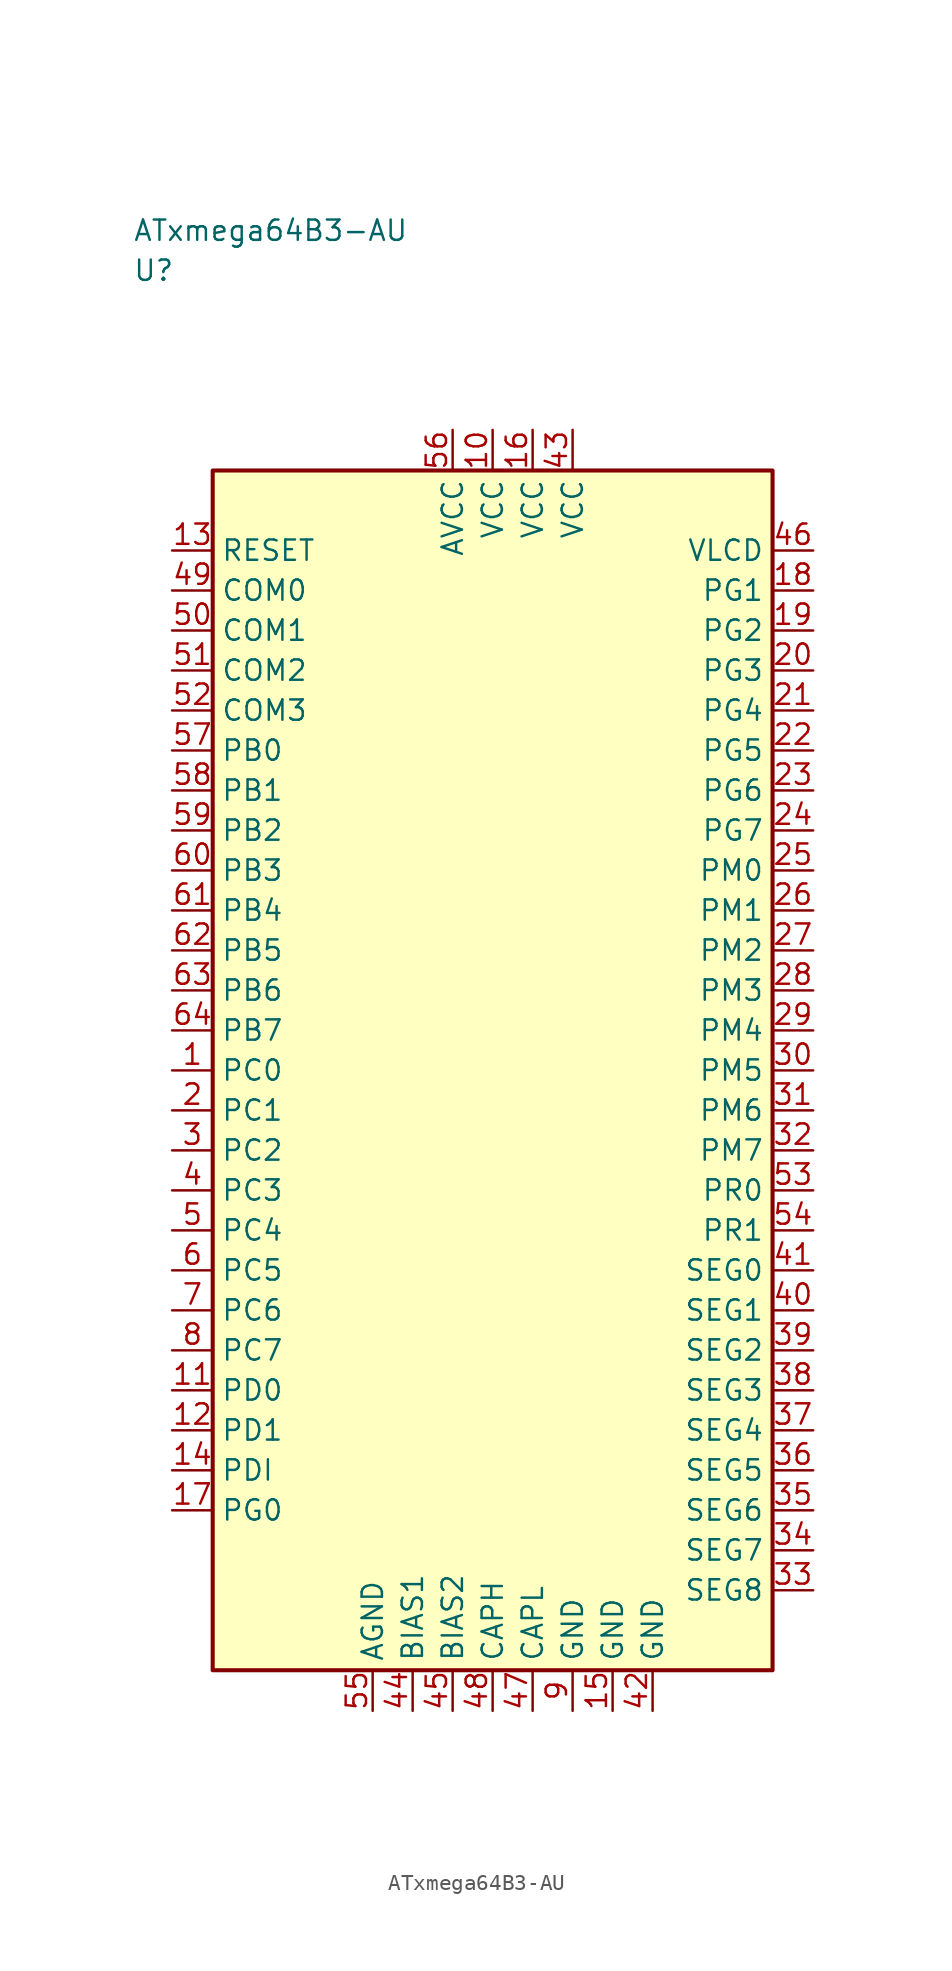
<source format=kicad_sym>
(kicad_symbol_lib
  (version 20241025)
  (generator "kicad_symbol_editor")
  (generator_version "8.0")
  (symbol "ATxmega64B3-AU"
    (property "Reference" "U"
      (at -22.5 50.0 0)
      (effects (font (size 1.27 1.27)) (justify left)))
    (property "Value" "ATxmega64B3-AU"
      (at -22.5 52.5 0)
      (effects (font (size 1.27 1.27)) (justify left)))
    (symbol "ATxmega64B3-AU_0_1"
      (rectangle (start -17.5 37.5) (end 17.5 -37.5) (stroke (width 0.254) (type default)) (fill (type background))))
    (symbol "ATxmega64B3-AU_1_1"
      (pin bidirectional line (at -20.04 0.0 0.0) (length 2.54) (name "PC0" (effects (font (size 1.27 1.27)))) (number "1" (effects (font (size 1.27 1.27)))))
      (pin bidirectional line (at -20.04 -2.5 0.0) (length 2.54) (name "PC1" (effects (font (size 1.27 1.27)))) (number "2" (effects (font (size 1.27 1.27)))))
      (pin bidirectional line (at -20.04 -5.0 0.0) (length 2.54) (name "PC2" (effects (font (size 1.27 1.27)))) (number "3" (effects (font (size 1.27 1.27)))))
      (pin bidirectional line (at -20.04 -7.5 0.0) (length 2.54) (name "PC3" (effects (font (size 1.27 1.27)))) (number "4" (effects (font (size 1.27 1.27)))))
      (pin bidirectional line (at -20.04 -10.0 0.0) (length 2.54) (name "PC4" (effects (font (size 1.27 1.27)))) (number "5" (effects (font (size 1.27 1.27)))))
      (pin bidirectional line (at -20.04 -12.5 0.0) (length 2.54) (name "PC5" (effects (font (size 1.27 1.27)))) (number "6" (effects (font (size 1.27 1.27)))))
      (pin bidirectional line (at -20.04 -15.0 0.0) (length 2.54) (name "PC6" (effects (font (size 1.27 1.27)))) (number "7" (effects (font (size 1.27 1.27)))))
      (pin bidirectional line (at -20.04 -17.5 0.0) (length 2.54) (name "PC7" (effects (font (size 1.27 1.27)))) (number "8" (effects (font (size 1.27 1.27)))))
      (pin passive line (at 5.0 -40.04 90.0) (length 2.54) (name "GND" (effects (font (size 1.27 1.27)))) (number "9" (effects (font (size 1.27 1.27)))))
      (pin power_in line (at 0.0 40.04 270.0) (length 2.54) (name "VCC" (effects (font (size 1.27 1.27)))) (number "10" (effects (font (size 1.27 1.27)))))
      (pin bidirectional line (at -20.04 -20.0 0.0) (length 2.54) (name "PD0" (effects (font (size 1.27 1.27)))) (number "11" (effects (font (size 1.27 1.27)))))
      (pin bidirectional line (at -20.04 -22.5 0.0) (length 2.54) (name "PD1" (effects (font (size 1.27 1.27)))) (number "12" (effects (font (size 1.27 1.27)))))
      (pin input line (at -20.04 32.5 0.0) (length 2.54) (name "RESET" (effects (font (size 1.27 1.27)))) (number "13" (effects (font (size 1.27 1.27)))))
      (pin bidirectional line (at -20.04 -25.0 0.0) (length 2.54) (name "PDI" (effects (font (size 1.27 1.27)))) (number "14" (effects (font (size 1.27 1.27)))))
      (pin passive line (at 7.5 -40.04 90.0) (length 2.54) (name "GND" (effects (font (size 1.27 1.27)))) (number "15" (effects (font (size 1.27 1.27)))))
      (pin power_in line (at 2.5 40.04 270.0) (length 2.54) (name "VCC" (effects (font (size 1.27 1.27)))) (number "16" (effects (font (size 1.27 1.27)))))
      (pin bidirectional line (at -20.04 -27.5 0.0) (length 2.54) (name "PG0" (effects (font (size 1.27 1.27)))) (number "17" (effects (font (size 1.27 1.27)))))
      (pin bidirectional line (at 20.04 30.0 180.0) (length 2.54) (name "PG1" (effects (font (size 1.27 1.27)))) (number "18" (effects (font (size 1.27 1.27)))))
      (pin bidirectional line (at 20.04 27.5 180.0) (length 2.54) (name "PG2" (effects (font (size 1.27 1.27)))) (number "19" (effects (font (size 1.27 1.27)))))
      (pin bidirectional line (at 20.04 25.0 180.0) (length 2.54) (name "PG3" (effects (font (size 1.27 1.27)))) (number "20" (effects (font (size 1.27 1.27)))))
      (pin bidirectional line (at 20.04 22.5 180.0) (length 2.54) (name "PG4" (effects (font (size 1.27 1.27)))) (number "21" (effects (font (size 1.27 1.27)))))
      (pin bidirectional line (at 20.04 20.0 180.0) (length 2.54) (name "PG5" (effects (font (size 1.27 1.27)))) (number "22" (effects (font (size 1.27 1.27)))))
      (pin bidirectional line (at 20.04 17.5 180.0) (length 2.54) (name "PG6" (effects (font (size 1.27 1.27)))) (number "23" (effects (font (size 1.27 1.27)))))
      (pin bidirectional line (at 20.04 15.0 180.0) (length 2.54) (name "PG7" (effects (font (size 1.27 1.27)))) (number "24" (effects (font (size 1.27 1.27)))))
      (pin bidirectional line (at 20.04 12.5 180.0) (length 2.54) (name "PM0" (effects (font (size 1.27 1.27)))) (number "25" (effects (font (size 1.27 1.27)))))
      (pin bidirectional line (at 20.04 10.0 180.0) (length 2.54) (name "PM1" (effects (font (size 1.27 1.27)))) (number "26" (effects (font (size 1.27 1.27)))))
      (pin bidirectional line (at 20.04 7.5 180.0) (length 2.54) (name "PM2" (effects (font (size 1.27 1.27)))) (number "27" (effects (font (size 1.27 1.27)))))
      (pin bidirectional line (at 20.04 5.0 180.0) (length 2.54) (name "PM3" (effects (font (size 1.27 1.27)))) (number "28" (effects (font (size 1.27 1.27)))))
      (pin bidirectional line (at 20.04 2.5 180.0) (length 2.54) (name "PM4" (effects (font (size 1.27 1.27)))) (number "29" (effects (font (size 1.27 1.27)))))
      (pin bidirectional line (at 20.04 0.0 180.0) (length 2.54) (name "PM5" (effects (font (size 1.27 1.27)))) (number "30" (effects (font (size 1.27 1.27)))))
      (pin bidirectional line (at 20.04 -2.5 180.0) (length 2.54) (name "PM6" (effects (font (size 1.27 1.27)))) (number "31" (effects (font (size 1.27 1.27)))))
      (pin bidirectional line (at 20.04 -5.0 180.0) (length 2.54) (name "PM7" (effects (font (size 1.27 1.27)))) (number "32" (effects (font (size 1.27 1.27)))))
      (pin bidirectional line (at 20.04 -32.5 180.0) (length 2.54) (name "SEG8" (effects (font (size 1.27 1.27)))) (number "33" (effects (font (size 1.27 1.27)))))
      (pin bidirectional line (at 20.04 -30.0 180.0) (length 2.54) (name "SEG7" (effects (font (size 1.27 1.27)))) (number "34" (effects (font (size 1.27 1.27)))))
      (pin bidirectional line (at 20.04 -27.5 180.0) (length 2.54) (name "SEG6" (effects (font (size 1.27 1.27)))) (number "35" (effects (font (size 1.27 1.27)))))
      (pin bidirectional line (at 20.04 -25.0 180.0) (length 2.54) (name "SEG5" (effects (font (size 1.27 1.27)))) (number "36" (effects (font (size 1.27 1.27)))))
      (pin bidirectional line (at 20.04 -22.5 180.0) (length 2.54) (name "SEG4" (effects (font (size 1.27 1.27)))) (number "37" (effects (font (size 1.27 1.27)))))
      (pin bidirectional line (at 20.04 -20.0 180.0) (length 2.54) (name "SEG3" (effects (font (size 1.27 1.27)))) (number "38" (effects (font (size 1.27 1.27)))))
      (pin bidirectional line (at 20.04 -17.5 180.0) (length 2.54) (name "SEG2" (effects (font (size 1.27 1.27)))) (number "39" (effects (font (size 1.27 1.27)))))
      (pin bidirectional line (at 20.04 -15.0 180.0) (length 2.54) (name "SEG1" (effects (font (size 1.27 1.27)))) (number "40" (effects (font (size 1.27 1.27)))))
      (pin bidirectional line (at 20.04 -12.5 180.0) (length 2.54) (name "SEG0" (effects (font (size 1.27 1.27)))) (number "41" (effects (font (size 1.27 1.27)))))
      (pin passive line (at 10.0 -40.04 90.0) (length 2.54) (name "GND" (effects (font (size 1.27 1.27)))) (number "42" (effects (font (size 1.27 1.27)))))
      (pin power_in line (at 5.0 40.04 270.0) (length 2.54) (name "VCC" (effects (font (size 1.27 1.27)))) (number "43" (effects (font (size 1.27 1.27)))))
      (pin passive line (at -5.0 -40.04 90.0) (length 2.54) (name "BIAS1" (effects (font (size 1.27 1.27)))) (number "44" (effects (font (size 1.27 1.27)))))
      (pin passive line (at -2.5 -40.04 90.0) (length 2.54) (name "BIAS2" (effects (font (size 1.27 1.27)))) (number "45" (effects (font (size 1.27 1.27)))))
      (pin output line (at 20.04 32.5 180.0) (length 2.54) (name "VLCD" (effects (font (size 1.27 1.27)))) (number "46" (effects (font (size 1.27 1.27)))))
      (pin passive line (at 2.5 -40.04 90.0) (length 2.54) (name "CAPL" (effects (font (size 1.27 1.27)))) (number "47" (effects (font (size 1.27 1.27)))))
      (pin passive line (at 0.0 -40.04 90.0) (length 2.54) (name "CAPH" (effects (font (size 1.27 1.27)))) (number "48" (effects (font (size 1.27 1.27)))))
      (pin bidirectional line (at -20.04 30.0 0.0) (length 2.54) (name "COM0" (effects (font (size 1.27 1.27)))) (number "49" (effects (font (size 1.27 1.27)))))
      (pin bidirectional line (at -20.04 27.5 0.0) (length 2.54) (name "COM1" (effects (font (size 1.27 1.27)))) (number "50" (effects (font (size 1.27 1.27)))))
      (pin bidirectional line (at -20.04 25.0 0.0) (length 2.54) (name "COM2" (effects (font (size 1.27 1.27)))) (number "51" (effects (font (size 1.27 1.27)))))
      (pin bidirectional line (at -20.04 22.5 0.0) (length 2.54) (name "COM3" (effects (font (size 1.27 1.27)))) (number "52" (effects (font (size 1.27 1.27)))))
      (pin bidirectional line (at 20.04 -7.5 180.0) (length 2.54) (name "PR0" (effects (font (size 1.27 1.27)))) (number "53" (effects (font (size 1.27 1.27)))))
      (pin bidirectional line (at 20.04 -10.0 180.0) (length 2.54) (name "PR1" (effects (font (size 1.27 1.27)))) (number "54" (effects (font (size 1.27 1.27)))))
      (pin passive line (at -7.5 -40.04 90.0) (length 2.54) (name "AGND" (effects (font (size 1.27 1.27)))) (number "55" (effects (font (size 1.27 1.27)))))
      (pin power_in line (at -2.5 40.04 270.0) (length 2.54) (name "AVCC" (effects (font (size 1.27 1.27)))) (number "56" (effects (font (size 1.27 1.27)))))
      (pin bidirectional line (at -20.04 20.0 0.0) (length 2.54) (name "PB0" (effects (font (size 1.27 1.27)))) (number "57" (effects (font (size 1.27 1.27)))))
      (pin bidirectional line (at -20.04 17.5 0.0) (length 2.54) (name "PB1" (effects (font (size 1.27 1.27)))) (number "58" (effects (font (size 1.27 1.27)))))
      (pin bidirectional line (at -20.04 15.0 0.0) (length 2.54) (name "PB2" (effects (font (size 1.27 1.27)))) (number "59" (effects (font (size 1.27 1.27)))))
      (pin bidirectional line (at -20.04 12.5 0.0) (length 2.54) (name "PB3" (effects (font (size 1.27 1.27)))) (number "60" (effects (font (size 1.27 1.27)))))
      (pin bidirectional line (at -20.04 10.0 0.0) (length 2.54) (name "PB4" (effects (font (size 1.27 1.27)))) (number "61" (effects (font (size 1.27 1.27)))))
      (pin bidirectional line (at -20.04 7.5 0.0) (length 2.54) (name "PB5" (effects (font (size 1.27 1.27)))) (number "62" (effects (font (size 1.27 1.27)))))
      (pin bidirectional line (at -20.04 5.0 0.0) (length 2.54) (name "PB6" (effects (font (size 1.27 1.27)))) (number "63" (effects (font (size 1.27 1.27)))))
      (pin bidirectional line (at -20.04 2.5 0.0) (length 2.54) (name "PB7" (effects (font (size 1.27 1.27)))) (number "64" (effects (font (size 1.27 1.27))))))))
</source>
